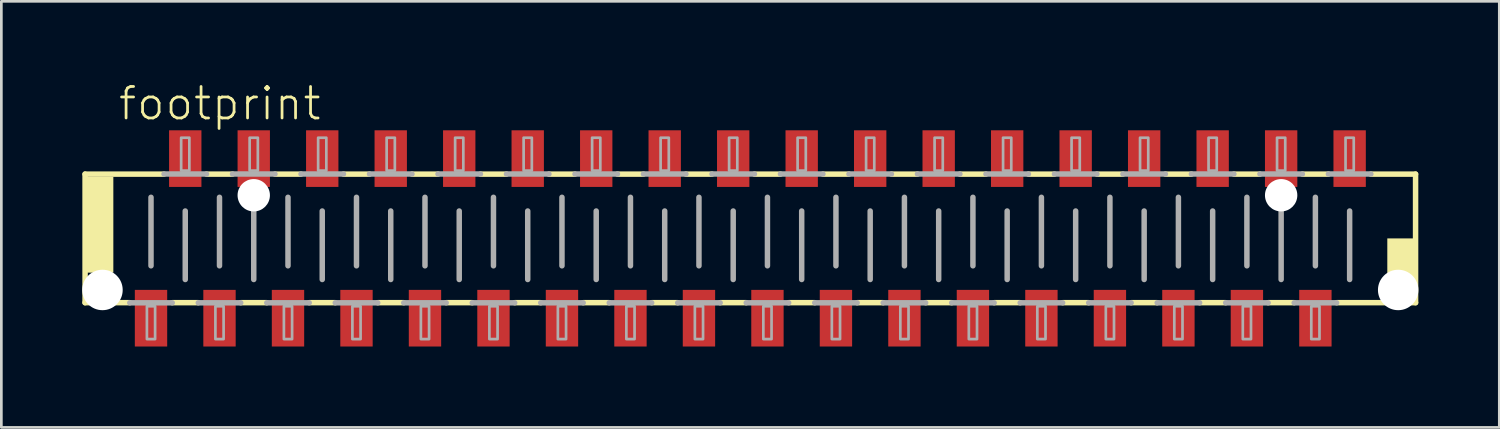
<source format=kicad_pcb>
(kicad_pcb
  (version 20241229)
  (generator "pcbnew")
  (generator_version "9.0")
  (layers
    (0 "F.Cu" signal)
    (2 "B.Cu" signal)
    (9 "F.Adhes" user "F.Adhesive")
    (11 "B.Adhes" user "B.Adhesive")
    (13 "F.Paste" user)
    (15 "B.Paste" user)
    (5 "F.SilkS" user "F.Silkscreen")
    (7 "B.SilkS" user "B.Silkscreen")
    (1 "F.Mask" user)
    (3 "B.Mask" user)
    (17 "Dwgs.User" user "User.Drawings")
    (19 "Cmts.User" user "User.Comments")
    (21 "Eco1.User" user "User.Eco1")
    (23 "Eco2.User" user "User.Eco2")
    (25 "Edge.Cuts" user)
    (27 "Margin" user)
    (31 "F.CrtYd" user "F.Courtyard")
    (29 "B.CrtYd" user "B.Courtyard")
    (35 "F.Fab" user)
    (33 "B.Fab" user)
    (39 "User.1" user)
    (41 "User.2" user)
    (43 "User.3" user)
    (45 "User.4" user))
  (footprint "footprint"
    (layer "F.Cu")
    (at 24.775 5.791)
    (property "Reference" "footprint" (at -23.495 -4.318 0) (layer "F.SilkS") (effects (font (size 1.168 1.168) (thickness 0.102)) (justify left bottom)))
    (fp_line (start -24.67 -2.384) (end -21.742 -2.384) (stroke (width 0.203) (type solid)) (layer "F.SilkS"))
    (fp_line (start -24.67 2.384) (end -24.67 -2.384) (stroke (width 0.203) (type solid)) (layer "F.SilkS"))
    (fp_line (start -23.012 2.384) (end -24.67 2.384) (stroke (width 0.203) (type solid)) (layer "F.SilkS"))
    (fp_line (start -20.472 2.384) (end -21.438 2.384) (stroke (width 0.203) (type solid)) (layer "F.SilkS"))
    (fp_line (start -20.168 -2.384) (end -19.202 -2.384) (stroke (width 0.203) (type solid)) (layer "F.SilkS"))
    (fp_line (start -17.932 2.384) (end -18.898 2.384) (stroke (width 0.203) (type solid)) (layer "F.SilkS"))
    (fp_line (start -17.628 -2.384) (end -16.662 -2.384) (stroke (width 0.203) (type solid)) (layer "F.SilkS"))
    (fp_line (start -15.392 2.384) (end -16.358 2.384) (stroke (width 0.203) (type solid)) (layer "F.SilkS"))
    (fp_line (start -15.088 -2.384) (end -14.122 -2.384) (stroke (width 0.203) (type solid)) (layer "F.SilkS"))
    (fp_line (start -12.852 2.384) (end -13.818 2.384) (stroke (width 0.203) (type solid)) (layer "F.SilkS"))
    (fp_line (start -12.548 -2.384) (end -11.582 -2.384) (stroke (width 0.203) (type solid)) (layer "F.SilkS"))
    (fp_line (start -10.312 2.384) (end -11.278 2.384) (stroke (width 0.203) (type solid)) (layer "F.SilkS"))
    (fp_line (start -10.008 -2.384) (end -9.042 -2.384) (stroke (width 0.203) (type solid)) (layer "F.SilkS"))
    (fp_line (start -7.772 2.384) (end -8.738 2.384) (stroke (width 0.203) (type solid)) (layer "F.SilkS"))
    (fp_line (start -7.468 -2.384) (end -6.502 -2.384) (stroke (width 0.203) (type solid)) (layer "F.SilkS"))
    (fp_line (start -5.232 2.384) (end -6.198 2.384) (stroke (width 0.203) (type solid)) (layer "F.SilkS"))
    (fp_line (start -4.928 -2.384) (end -3.962 -2.384) (stroke (width 0.203) (type solid)) (layer "F.SilkS"))
    (fp_line (start -2.692 2.384) (end -3.658 2.384) (stroke (width 0.203) (type solid)) (layer "F.SilkS"))
    (fp_line (start -2.388 -2.384) (end -1.422 -2.384) (stroke (width 0.203) (type solid)) (layer "F.SilkS"))
    (fp_line (start -0.152 2.384) (end -1.118 2.384) (stroke (width 0.203) (type solid)) (layer "F.SilkS"))
    (fp_line (start 0.152 -2.384) (end 1.118 -2.384) (stroke (width 0.203) (type solid)) (layer "F.SilkS"))
    (fp_line (start 2.388 2.384) (end 1.422 2.384) (stroke (width 0.203) (type solid)) (layer "F.SilkS"))
    (fp_line (start 2.692 -2.384) (end 3.658 -2.384) (stroke (width 0.203) (type solid)) (layer "F.SilkS"))
    (fp_line (start 4.928 2.384) (end 3.962 2.384) (stroke (width 0.203) (type solid)) (layer "F.SilkS"))
    (fp_line (start 5.232 -2.384) (end 6.198 -2.384) (stroke (width 0.203) (type solid)) (layer "F.SilkS"))
    (fp_line (start 7.468 2.384) (end 6.502 2.384) (stroke (width 0.203) (type solid)) (layer "F.SilkS"))
    (fp_line (start 7.772 -2.384) (end 8.738 -2.384) (stroke (width 0.203) (type solid)) (layer "F.SilkS"))
    (fp_line (start 10.008 2.384) (end 9.042 2.384) (stroke (width 0.203) (type solid)) (layer "F.SilkS"))
    (fp_line (start 10.312 -2.384) (end 11.278 -2.384) (stroke (width 0.203) (type solid)) (layer "F.SilkS"))
    (fp_line (start 12.548 2.384) (end 11.582 2.384) (stroke (width 0.203) (type solid)) (layer "F.SilkS"))
    (fp_line (start 12.852 -2.384) (end 13.818 -2.384) (stroke (width 0.203) (type solid)) (layer "F.SilkS"))
    (fp_line (start 15.088 2.384) (end 14.122 2.384) (stroke (width 0.203) (type solid)) (layer "F.SilkS"))
    (fp_line (start 15.392 -2.384) (end 16.358 -2.384) (stroke (width 0.203) (type solid)) (layer "F.SilkS"))
    (fp_line (start 17.628 2.384) (end 16.662 2.384) (stroke (width 0.203) (type solid)) (layer "F.SilkS"))
    (fp_line (start 17.932 -2.384) (end 18.898 -2.384) (stroke (width 0.203) (type solid)) (layer "F.SilkS"))
    (fp_line (start 20.168 2.384) (end 19.202 2.384) (stroke (width 0.203) (type solid)) (layer "F.SilkS"))
    (fp_line (start 20.472 -2.384) (end 21.438 -2.384) (stroke (width 0.203) (type solid)) (layer "F.SilkS"))
    (fp_line (start 23.012 -2.384) (end 24.67 -2.384) (stroke (width 0.203) (type solid)) (layer "F.SilkS"))
    (fp_line (start 24.67 -2.384) (end 24.67 2.384) (stroke (width 0.203) (type solid)) (layer "F.SilkS"))
    (fp_line (start 24.67 2.384) (end 21.742 2.384) (stroke (width 0.203) (type solid)) (layer "F.SilkS"))
    (fp_poly (pts (xy -24.638 1.27) (xy -23.622 1.27) (xy -23.622 -2.286) (xy -24.638 -2.286)) (stroke (width 0) (type solid)) (fill yes) (layer "F.SilkS"))
    (fp_poly (pts (xy 23.622 2.286) (xy 24.638 2.286) (xy 24.638 0) (xy 23.622 0)) (stroke (width 0) (type solid)) (fill yes) (layer "F.SilkS"))
    (fp_line (start -22.225 -1.524) (end -22.225 1.016) (stroke (width 0.203) (type solid)) (layer "F.Fab"))
    (fp_line (start -21.742 -2.388) (end -20.168 -2.388) (stroke (width 0.203) (type solid)) (layer "F.Fab"))
    (fp_line (start -21.438 2.388) (end -23.012 2.388) (stroke (width 0.203) (type solid)) (layer "F.Fab"))
    (fp_line (start -20.955 -1.016) (end -20.955 1.524) (stroke (width 0.203) (type solid)) (layer "F.Fab"))
    (fp_line (start -19.685 -1.524) (end -19.685 1.016) (stroke (width 0.203) (type solid)) (layer "F.Fab"))
    (fp_line (start -19.202 -2.388) (end -17.628 -2.388) (stroke (width 0.203) (type solid)) (layer "F.Fab"))
    (fp_line (start -18.898 2.388) (end -20.472 2.388) (stroke (width 0.203) (type solid)) (layer "F.Fab"))
    (fp_line (start -18.415 -1.016) (end -18.415 1.524) (stroke (width 0.203) (type solid)) (layer "F.Fab"))
    (fp_line (start -17.145 -1.524) (end -17.145 1.016) (stroke (width 0.203) (type solid)) (layer "F.Fab"))
    (fp_line (start -16.662 -2.388) (end -15.088 -2.388) (stroke (width 0.203) (type solid)) (layer "F.Fab"))
    (fp_line (start -16.358 2.388) (end -17.932 2.388) (stroke (width 0.203) (type solid)) (layer "F.Fab"))
    (fp_line (start -15.875 -1.016) (end -15.875 1.524) (stroke (width 0.203) (type solid)) (layer "F.Fab"))
    (fp_line (start -14.605 -1.524) (end -14.605 1.016) (stroke (width 0.203) (type solid)) (layer "F.Fab"))
    (fp_line (start -14.122 -2.388) (end -12.548 -2.388) (stroke (width 0.203) (type solid)) (layer "F.Fab"))
    (fp_line (start -13.818 2.388) (end -15.392 2.388) (stroke (width 0.203) (type solid)) (layer "F.Fab"))
    (fp_line (start -13.335 -1.016) (end -13.335 1.524) (stroke (width 0.203) (type solid)) (layer "F.Fab"))
    (fp_line (start -12.065 -1.524) (end -12.065 1.016) (stroke (width 0.203) (type solid)) (layer "F.Fab"))
    (fp_line (start -11.582 -2.388) (end -10.008 -2.388) (stroke (width 0.203) (type solid)) (layer "F.Fab"))
    (fp_line (start -11.278 2.388) (end -12.852 2.388) (stroke (width 0.203) (type solid)) (layer "F.Fab"))
    (fp_line (start -10.795 -1.016) (end -10.795 1.524) (stroke (width 0.203) (type solid)) (layer "F.Fab"))
    (fp_line (start -9.525 -1.524) (end -9.525 1.016) (stroke (width 0.203) (type solid)) (layer "F.Fab"))
    (fp_line (start -9.042 -2.388) (end -7.468 -2.388) (stroke (width 0.203) (type solid)) (layer "F.Fab"))
    (fp_line (start -8.738 2.388) (end -10.312 2.388) (stroke (width 0.203) (type solid)) (layer "F.Fab"))
    (fp_line (start -8.255 -1.016) (end -8.255 1.524) (stroke (width 0.203) (type solid)) (layer "F.Fab"))
    (fp_line (start -6.985 -1.524) (end -6.985 1.016) (stroke (width 0.203) (type solid)) (layer "F.Fab"))
    (fp_line (start -6.502 -2.388) (end -4.928 -2.388) (stroke (width 0.203) (type solid)) (layer "F.Fab"))
    (fp_line (start -6.198 2.388) (end -7.772 2.388) (stroke (width 0.203) (type solid)) (layer "F.Fab"))
    (fp_line (start -5.715 -1.016) (end -5.715 1.524) (stroke (width 0.203) (type solid)) (layer "F.Fab"))
    (fp_line (start -4.445 -1.524) (end -4.445 1.016) (stroke (width 0.203) (type solid)) (layer "F.Fab"))
    (fp_line (start -3.962 -2.388) (end -2.388 -2.388) (stroke (width 0.203) (type solid)) (layer "F.Fab"))
    (fp_line (start -3.658 2.388) (end -5.232 2.388) (stroke (width 0.203) (type solid)) (layer "F.Fab"))
    (fp_line (start -3.175 -1.016) (end -3.175 1.524) (stroke (width 0.203) (type solid)) (layer "F.Fab"))
    (fp_line (start -1.905 -1.524) (end -1.905 1.016) (stroke (width 0.203) (type solid)) (layer "F.Fab"))
    (fp_line (start -1.422 -2.388) (end 0.152 -2.388) (stroke (width 0.203) (type solid)) (layer "F.Fab"))
    (fp_line (start -1.118 2.388) (end -2.692 2.388) (stroke (width 0.203) (type solid)) (layer "F.Fab"))
    (fp_line (start -0.635 -1.016) (end -0.635 1.524) (stroke (width 0.203) (type solid)) (layer "F.Fab"))
    (fp_line (start 0.635 -1.524) (end 0.635 1.016) (stroke (width 0.203) (type solid)) (layer "F.Fab"))
    (fp_line (start 1.118 -2.388) (end 2.692 -2.388) (stroke (width 0.203) (type solid)) (layer "F.Fab"))
    (fp_line (start 1.422 2.388) (end -0.152 2.388) (stroke (width 0.203) (type solid)) (layer "F.Fab"))
    (fp_line (start 1.905 -1.016) (end 1.905 1.524) (stroke (width 0.203) (type solid)) (layer "F.Fab"))
    (fp_line (start 3.175 -1.524) (end 3.175 1.016) (stroke (width 0.203) (type solid)) (layer "F.Fab"))
    (fp_line (start 3.658 -2.388) (end 5.232 -2.388) (stroke (width 0.203) (type solid)) (layer "F.Fab"))
    (fp_line (start 3.962 2.388) (end 2.388 2.388) (stroke (width 0.203) (type solid)) (layer "F.Fab"))
    (fp_line (start 4.445 -1.016) (end 4.445 1.524) (stroke (width 0.203) (type solid)) (layer "F.Fab"))
    (fp_line (start 5.715 -1.524) (end 5.715 1.016) (stroke (width 0.203) (type solid)) (layer "F.Fab"))
    (fp_line (start 6.198 -2.388) (end 7.772 -2.388) (stroke (width 0.203) (type solid)) (layer "F.Fab"))
    (fp_line (start 6.502 2.388) (end 4.928 2.388) (stroke (width 0.203) (type solid)) (layer "F.Fab"))
    (fp_line (start 6.985 -1.016) (end 6.985 1.524) (stroke (width 0.203) (type solid)) (layer "F.Fab"))
    (fp_line (start 8.255 -1.524) (end 8.255 1.016) (stroke (width 0.203) (type solid)) (layer "F.Fab"))
    (fp_line (start 8.738 -2.388) (end 10.312 -2.388) (stroke (width 0.203) (type solid)) (layer "F.Fab"))
    (fp_line (start 9.042 2.388) (end 7.468 2.388) (stroke (width 0.203) (type solid)) (layer "F.Fab"))
    (fp_line (start 9.525 -1.016) (end 9.525 1.524) (stroke (width 0.203) (type solid)) (layer "F.Fab"))
    (fp_line (start 10.795 -1.524) (end 10.795 1.016) (stroke (width 0.203) (type solid)) (layer "F.Fab"))
    (fp_line (start 11.278 -2.388) (end 12.852 -2.388) (stroke (width 0.203) (type solid)) (layer "F.Fab"))
    (fp_line (start 11.582 2.388) (end 10.008 2.388) (stroke (width 0.203) (type solid)) (layer "F.Fab"))
    (fp_line (start 12.065 -1.016) (end 12.065 1.524) (stroke (width 0.203) (type solid)) (layer "F.Fab"))
    (fp_line (start 13.335 -1.524) (end 13.335 1.016) (stroke (width 0.203) (type solid)) (layer "F.Fab"))
    (fp_line (start 13.818 -2.388) (end 15.392 -2.388) (stroke (width 0.203) (type solid)) (layer "F.Fab"))
    (fp_line (start 14.122 2.388) (end 12.548 2.388) (stroke (width 0.203) (type solid)) (layer "F.Fab"))
    (fp_line (start 14.605 -1.016) (end 14.605 1.524) (stroke (width 0.203) (type solid)) (layer "F.Fab"))
    (fp_line (start 15.875 -1.524) (end 15.875 1.016) (stroke (width 0.203) (type solid)) (layer "F.Fab"))
    (fp_line (start 16.358 -2.388) (end 17.932 -2.388) (stroke (width 0.203) (type solid)) (layer "F.Fab"))
    (fp_line (start 16.662 2.388) (end 15.088 2.388) (stroke (width 0.203) (type solid)) (layer "F.Fab"))
    (fp_line (start 17.145 -1.016) (end 17.145 1.524) (stroke (width 0.203) (type solid)) (layer "F.Fab"))
    (fp_line (start 18.415 -1.524) (end 18.415 1.016) (stroke (width 0.203) (type solid)) (layer "F.Fab"))
    (fp_line (start 18.898 -2.388) (end 20.472 -2.388) (stroke (width 0.203) (type solid)) (layer "F.Fab"))
    (fp_line (start 19.202 2.388) (end 17.628 2.388) (stroke (width 0.203) (type solid)) (layer "F.Fab"))
    (fp_line (start 19.685 -1.016) (end 19.685 1.524) (stroke (width 0.203) (type solid)) (layer "F.Fab"))
    (fp_line (start 20.955 -1.524) (end 20.955 1.016) (stroke (width 0.203) (type solid)) (layer "F.Fab"))
    (fp_line (start 21.438 -2.388) (end 23.012 -2.388) (stroke (width 0.203) (type solid)) (layer "F.Fab"))
    (fp_line (start 21.742 2.388) (end 20.168 2.388) (stroke (width 0.203) (type solid)) (layer "F.Fab"))
    (fp_line (start 22.225 -1.016) (end 22.225 1.524) (stroke (width 0.203) (type solid)) (layer "F.Fab"))
    (fp_poly (pts (xy -22.377 3.734) (xy -22.073 3.734) (xy -22.073 2.515) (xy -22.377 2.515)) (stroke (width 0.1) (type solid)) (fill no) (layer "F.Fab"))
    (fp_poly (pts (xy -21.107 -2.515) (xy -20.803 -2.515) (xy -20.803 -3.734) (xy -21.107 -3.734)) (stroke (width 0.1) (type solid)) (fill no) (layer "F.Fab"))
    (fp_poly (pts (xy -19.837 3.734) (xy -19.533 3.734) (xy -19.533 2.515) (xy -19.837 2.515)) (stroke (width 0.1) (type solid)) (fill no) (layer "F.Fab"))
    (fp_poly (pts (xy -18.567 -2.515) (xy -18.263 -2.515) (xy -18.263 -3.734) (xy -18.567 -3.734)) (stroke (width 0.1) (type solid)) (fill no) (layer "F.Fab"))
    (fp_poly (pts (xy -17.297 3.734) (xy -16.993 3.734) (xy -16.993 2.515) (xy -17.297 2.515)) (stroke (width 0.1) (type solid)) (fill no) (layer "F.Fab"))
    (fp_poly (pts (xy -16.027 -2.515) (xy -15.723 -2.515) (xy -15.723 -3.734) (xy -16.027 -3.734)) (stroke (width 0.1) (type solid)) (fill no) (layer "F.Fab"))
    (fp_poly (pts (xy -14.757 3.734) (xy -14.453 3.734) (xy -14.453 2.515) (xy -14.757 2.515)) (stroke (width 0.1) (type solid)) (fill no) (layer "F.Fab"))
    (fp_poly (pts (xy -13.487 -2.515) (xy -13.183 -2.515) (xy -13.183 -3.734) (xy -13.487 -3.734)) (stroke (width 0.1) (type solid)) (fill no) (layer "F.Fab"))
    (fp_poly (pts (xy -12.217 3.734) (xy -11.913 3.734) (xy -11.913 2.515) (xy -12.217 2.515)) (stroke (width 0.1) (type solid)) (fill no) (layer "F.Fab"))
    (fp_poly (pts (xy -10.947 -2.515) (xy -10.643 -2.515) (xy -10.643 -3.734) (xy -10.947 -3.734)) (stroke (width 0.1) (type solid)) (fill no) (layer "F.Fab"))
    (fp_poly (pts (xy -9.677 3.734) (xy -9.373 3.734) (xy -9.373 2.515) (xy -9.677 2.515)) (stroke (width 0.1) (type solid)) (fill no) (layer "F.Fab"))
    (fp_poly (pts (xy -8.407 -2.515) (xy -8.103 -2.515) (xy -8.103 -3.734) (xy -8.407 -3.734)) (stroke (width 0.1) (type solid)) (fill no) (layer "F.Fab"))
    (fp_poly (pts (xy -7.137 3.734) (xy -6.833 3.734) (xy -6.833 2.515) (xy -7.137 2.515)) (stroke (width 0.1) (type solid)) (fill no) (layer "F.Fab"))
    (fp_poly (pts (xy -5.867 -2.515) (xy -5.563 -2.515) (xy -5.563 -3.734) (xy -5.867 -3.734)) (stroke (width 0.1) (type solid)) (fill no) (layer "F.Fab"))
    (fp_poly (pts (xy -4.597 3.734) (xy -4.293 3.734) (xy -4.293 2.515) (xy -4.597 2.515)) (stroke (width 0.1) (type solid)) (fill no) (layer "F.Fab"))
    (fp_poly (pts (xy -3.327 -2.515) (xy -3.023 -2.515) (xy -3.023 -3.734) (xy -3.327 -3.734)) (stroke (width 0.1) (type solid)) (fill no) (layer "F.Fab"))
    (fp_poly (pts (xy -2.057 3.734) (xy -1.753 3.734) (xy -1.753 2.515) (xy -2.057 2.515)) (stroke (width 0.1) (type solid)) (fill no) (layer "F.Fab"))
    (fp_poly (pts (xy -0.787 -2.515) (xy -0.483 -2.515) (xy -0.483 -3.734) (xy -0.787 -3.734)) (stroke (width 0.1) (type solid)) (fill no) (layer "F.Fab"))
    (fp_poly (pts (xy 0.483 3.734) (xy 0.787 3.734) (xy 0.787 2.515) (xy 0.483 2.515)) (stroke (width 0.1) (type solid)) (fill no) (layer "F.Fab"))
    (fp_poly (pts (xy 1.753 -2.515) (xy 2.057 -2.515) (xy 2.057 -3.734) (xy 1.753 -3.734)) (stroke (width 0.1) (type solid)) (fill no) (layer "F.Fab"))
    (fp_poly (pts (xy 3.023 3.734) (xy 3.327 3.734) (xy 3.327 2.515) (xy 3.023 2.515)) (stroke (width 0.1) (type solid)) (fill no) (layer "F.Fab"))
    (fp_poly (pts (xy 4.293 -2.515) (xy 4.597 -2.515) (xy 4.597 -3.734) (xy 4.293 -3.734)) (stroke (width 0.1) (type solid)) (fill no) (layer "F.Fab"))
    (fp_poly (pts (xy 5.563 3.734) (xy 5.867 3.734) (xy 5.867 2.515) (xy 5.563 2.515)) (stroke (width 0.1) (type solid)) (fill no) (layer "F.Fab"))
    (fp_poly (pts (xy 6.833 -2.515) (xy 7.137 -2.515) (xy 7.137 -3.734) (xy 6.833 -3.734)) (stroke (width 0.1) (type solid)) (fill no) (layer "F.Fab"))
    (fp_poly (pts (xy 8.103 3.734) (xy 8.407 3.734) (xy 8.407 2.515) (xy 8.103 2.515)) (stroke (width 0.1) (type solid)) (fill no) (layer "F.Fab"))
    (fp_poly (pts (xy 9.373 -2.515) (xy 9.677 -2.515) (xy 9.677 -3.734) (xy 9.373 -3.734)) (stroke (width 0.1) (type solid)) (fill no) (layer "F.Fab"))
    (fp_poly (pts (xy 10.643 3.734) (xy 10.947 3.734) (xy 10.947 2.515) (xy 10.643 2.515)) (stroke (width 0.1) (type solid)) (fill no) (layer "F.Fab"))
    (fp_poly (pts (xy 11.913 -2.515) (xy 12.217 -2.515) (xy 12.217 -3.734) (xy 11.913 -3.734)) (stroke (width 0.1) (type solid)) (fill no) (layer "F.Fab"))
    (fp_poly (pts (xy 13.183 3.734) (xy 13.487 3.734) (xy 13.487 2.515) (xy 13.183 2.515)) (stroke (width 0.1) (type solid)) (fill no) (layer "F.Fab"))
    (fp_poly (pts (xy 14.453 -2.515) (xy 14.757 -2.515) (xy 14.757 -3.734) (xy 14.453 -3.734)) (stroke (width 0.1) (type solid)) (fill no) (layer "F.Fab"))
    (fp_poly (pts (xy 15.723 3.734) (xy 16.027 3.734) (xy 16.027 2.515) (xy 15.723 2.515)) (stroke (width 0.1) (type solid)) (fill no) (layer "F.Fab"))
    (fp_poly (pts (xy 16.993 -2.515) (xy 17.297 -2.515) (xy 17.297 -3.734) (xy 16.993 -3.734)) (stroke (width 0.1) (type solid)) (fill no) (layer "F.Fab"))
    (fp_poly (pts (xy 18.263 3.734) (xy 18.567 3.734) (xy 18.567 2.515) (xy 18.263 2.515)) (stroke (width 0.1) (type solid)) (fill no) (layer "F.Fab"))
    (fp_poly (pts (xy 19.533 -2.515) (xy 19.837 -2.515) (xy 19.837 -3.734) (xy 19.533 -3.734)) (stroke (width 0.1) (type solid)) (fill no) (layer "F.Fab"))
    (fp_poly (pts (xy 20.803 3.734) (xy 21.107 3.734) (xy 21.107 2.515) (xy 20.803 2.515)) (stroke (width 0.1) (type solid)) (fill no) (layer "F.Fab"))
    (fp_poly (pts (xy 22.073 -2.515) (xy 22.377 -2.515) (xy 22.377 -3.734) (xy 22.073 -3.734)) (stroke (width 0.1) (type solid)) (fill no) (layer "F.Fab"))
    (pad "" np_thru_hole circle (at -24.025 1.912) (size 1.5 1.5) (drill 1.5) (layers "*.Cu" "*.Mask"))
    (pad "" np_thru_hole circle (at -18.415 -1.6) (size 1.2 1.2) (drill 1.2) (layers "*.Cu" "*.Mask"))
    (pad "" np_thru_hole circle (at 19.685 -1.6) (size 1.2 1.2) (drill 1.2) (layers "*.Cu" "*.Mask"))
    (pad "" np_thru_hole circle (at 24.025 1.912) (size 1.5 1.5) (drill 1.5) (layers "*.Cu" "*.Mask"))
    (pad "1" smd rect (at -22.225 2.959) (size 1.2 2.1) (layers "F.Cu" "F.Mask" "F.Paste"))
    (pad "2" smd rect (at -20.955 -2.959) (size 1.2 2.1) (layers "F.Cu" "F.Mask" "F.Paste"))
    (pad "3" smd rect (at -19.685 2.959) (size 1.2 2.1) (layers "F.Cu" "F.Mask" "F.Paste"))
    (pad "4" smd rect (at -18.415 -2.959) (size 1.2 2.1) (layers "F.Cu" "F.Mask" "F.Paste"))
    (pad "5" smd rect (at -17.145 2.959) (size 1.2 2.1) (layers "F.Cu" "F.Mask" "F.Paste"))
    (pad "6" smd rect (at -15.875 -2.959) (size 1.2 2.1) (layers "F.Cu" "F.Mask" "F.Paste"))
    (pad "7" smd rect (at -14.605 2.959) (size 1.2 2.1) (layers "F.Cu" "F.Mask" "F.Paste"))
    (pad "8" smd rect (at -13.335 -2.959) (size 1.2 2.1) (layers "F.Cu" "F.Mask" "F.Paste"))
    (pad "9" smd rect (at -12.065 2.959) (size 1.2 2.1) (layers "F.Cu" "F.Mask" "F.Paste"))
    (pad "10" smd rect (at -10.795 -2.959) (size 1.2 2.1) (layers "F.Cu" "F.Mask" "F.Paste"))
    (pad "11" smd rect (at -9.525 2.959) (size 1.2 2.1) (layers "F.Cu" "F.Mask" "F.Paste"))
    (pad "12" smd rect (at -8.255 -2.959) (size 1.2 2.1) (layers "F.Cu" "F.Mask" "F.Paste"))
    (pad "13" smd rect (at -6.985 2.959) (size 1.2 2.1) (layers "F.Cu" "F.Mask" "F.Paste"))
    (pad "14" smd rect (at -5.715 -2.959) (size 1.2 2.1) (layers "F.Cu" "F.Mask" "F.Paste"))
    (pad "15" smd rect (at -4.445 2.959) (size 1.2 2.1) (layers "F.Cu" "F.Mask" "F.Paste"))
    (pad "16" smd rect (at -3.175 -2.959) (size 1.2 2.1) (layers "F.Cu" "F.Mask" "F.Paste"))
    (pad "17" smd rect (at -1.905 2.959) (size 1.2 2.1) (layers "F.Cu" "F.Mask" "F.Paste"))
    (pad "18" smd rect (at -0.635 -2.959) (size 1.2 2.1) (layers "F.Cu" "F.Mask" "F.Paste"))
    (pad "19" smd rect (at 0.635 2.959) (size 1.2 2.1) (layers "F.Cu" "F.Mask" "F.Paste"))
    (pad "20" smd rect (at 1.905 -2.959) (size 1.2 2.1) (layers "F.Cu" "F.Mask" "F.Paste"))
    (pad "21" smd rect (at 3.175 2.959) (size 1.2 2.1) (layers "F.Cu" "F.Mask" "F.Paste"))
    (pad "22" smd rect (at 4.445 -2.959) (size 1.2 2.1) (layers "F.Cu" "F.Mask" "F.Paste"))
    (pad "23" smd rect (at 5.715 2.959) (size 1.2 2.1) (layers "F.Cu" "F.Mask" "F.Paste"))
    (pad "24" smd rect (at 6.985 -2.959) (size 1.2 2.1) (layers "F.Cu" "F.Mask" "F.Paste"))
    (pad "25" smd rect (at 8.255 2.959) (size 1.2 2.1) (layers "F.Cu" "F.Mask" "F.Paste"))
    (pad "26" smd rect (at 9.525 -2.959) (size 1.2 2.1) (layers "F.Cu" "F.Mask" "F.Paste"))
    (pad "27" smd rect (at 10.795 2.959) (size 1.2 2.1) (layers "F.Cu" "F.Mask" "F.Paste"))
    (pad "28" smd rect (at 12.065 -2.959) (size 1.2 2.1) (layers "F.Cu" "F.Mask" "F.Paste"))
    (pad "29" smd rect (at 13.335 2.959) (size 1.2 2.1) (layers "F.Cu" "F.Mask" "F.Paste"))
    (pad "30" smd rect (at 14.605 -2.959) (size 1.2 2.1) (layers "F.Cu" "F.Mask" "F.Paste"))
    (pad "31" smd rect (at 15.875 2.959) (size 1.2 2.1) (layers "F.Cu" "F.Mask" "F.Paste"))
    (pad "32" smd rect (at 17.145 -2.959) (size 1.2 2.1) (layers "F.Cu" "F.Mask" "F.Paste"))
    (pad "33" smd rect (at 18.415 2.959) (size 1.2 2.1) (layers "F.Cu" "F.Mask" "F.Paste"))
    (pad "34" smd rect (at 19.685 -2.959) (size 1.2 2.1) (layers "F.Cu" "F.Mask" "F.Paste"))
    (pad "35" smd rect (at 20.955 2.959) (size 1.2 2.1) (layers "F.Cu" "F.Mask" "F.Paste"))
    (pad "36" smd rect (at 22.225 -2.959) (size 1.2 2.1) (layers "F.Cu" "F.Mask" "F.Paste")))
  (gr_rect
    (start -3 -3)
    (end 52.55 12.8)
    (stroke (width 0.1) (type default))
    (fill no)
    (layer "Edge.Cuts")))
</source>
